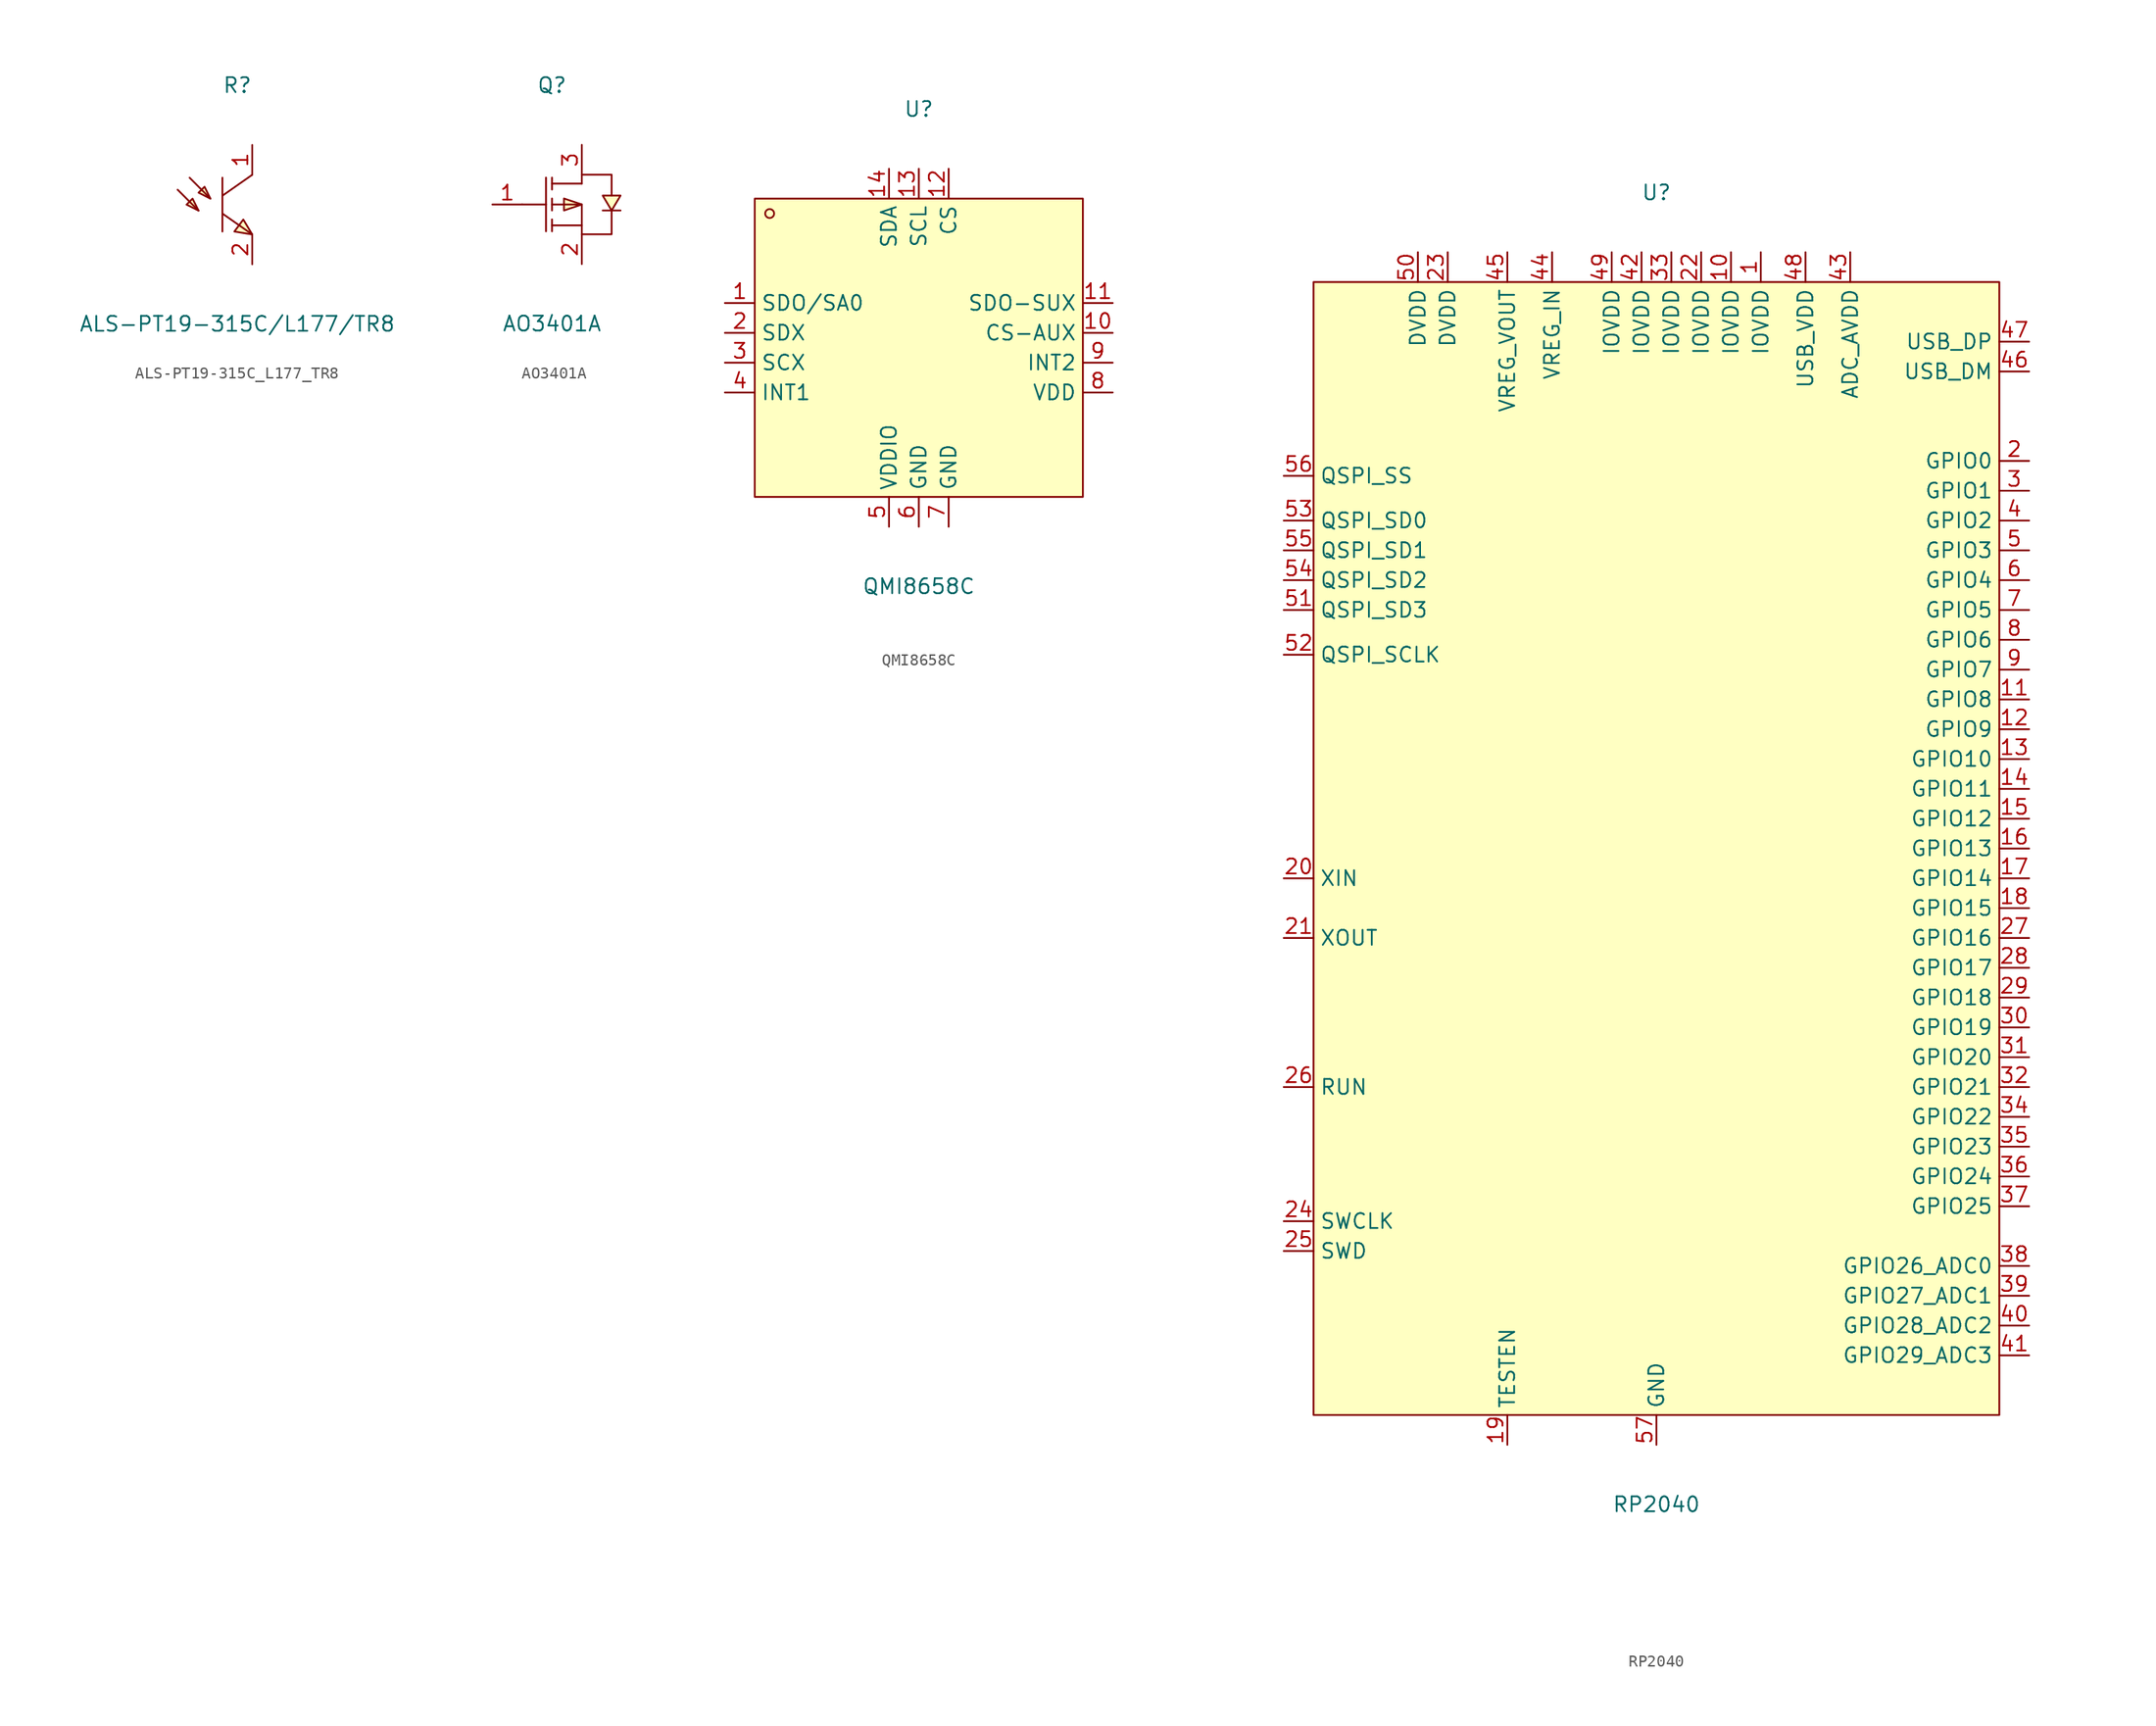
<source format=kicad_sym>
(kicad_symbol_lib
  (version 20220914)
  (generator kicad_symbol_editor)
  (symbol "ALS-PT19-315C_L177_TR8"
    (property "Reference" "R"
      (at 0 10.16 0)
      (effects (font (size 1.27 1.27))))
    (property "Value" "ALS-PT19-315C/L177/TR8"
      (at 0 -10.16 0)
      (effects (font (size 1.27 1.27))))
    (symbol "ALS-PT19-315C_L177_TR8_0_1"
      (polyline (pts (xy -5.08 1.27) (xy -3.3 -0.51)) (stroke (width 0) (type default)) (fill (type none)))
      (polyline (pts (xy -4.06 2.29) (xy -2.29 0.51)) (stroke (width 0) (type default)) (fill (type none)))
      (polyline (pts (xy -1.27 -0.76) (xy 1.27 -2.54)) (stroke (width 0) (type default)) (fill (type none)))
      (polyline (pts (xy -1.27 2.29) (xy -1.27 -2.29)) (stroke (width 0) (type default)) (fill (type none)))
      (polyline (pts (xy 1.27 2.54) (xy -1.27 0.76)) (stroke (width 0) (type default)) (fill (type none)))
      (polyline (pts (xy -3.3 -0.51) (xy -3.81 0.51) (xy -4.32 0) (xy -3.3 -0.51)) (stroke (width 0) (type default)) (fill (type background)))
      (polyline (pts (xy -2.29 0.51) (xy -2.79 1.52) (xy -3.3 1.02) (xy -2.29 0.51)) (stroke (width 0) (type default)) (fill (type background)))
      (polyline (pts (xy 1.27 -2.54) (xy 0.51 -1.27) (xy -0.25 -2.29) (xy 1.27 -2.54)) (stroke (width 0) (type default)) (fill (type background)))
      (pin input line (at 1.27 5.08 270) (length 2.54) (name "" (effects (font (size 1.27 1.27)))) (number "1" (effects (font (size 1.27 1.27)))))
      (pin input line (at 1.27 -5.08 90) (length 2.54) (name "" (effects (font (size 1.27 1.27)))) (number "2" (effects (font (size 1.27 1.27)))))))
  (symbol "AO3401A"
    (property "Reference" "Q"
      (at 0 10.16 0)
      (effects (font (size 1.27 1.27))))
    (property "Value" "AO3401A"
      (at 0 -10.16 0)
      (effects (font (size 1.27 1.27))))
    (symbol "AO3401A_0_1"
      (polyline (pts (xy -2.54 0) (xy -0.51 0)) (stroke (width 0) (type default)) (fill (type none)))
      (polyline (pts (xy -0.51 2.29) (xy -0.51 -2.29)) (stroke (width 0) (type default)) (fill (type none)))
      (polyline (pts (xy 0 -2.29) (xy 0 -1.27)) (stroke (width 0) (type default)) (fill (type none)))
      (polyline (pts (xy 0 -0.51) (xy 0 0.51)) (stroke (width 0) (type default)) (fill (type none)))
      (polyline (pts (xy 0 1.27) (xy 0 2.29)) (stroke (width 0) (type default)) (fill (type none)))
      (polyline (pts (xy 2.54 -1.78) (xy 0 -1.78)) (stroke (width 0) (type default)) (fill (type none)))
      (polyline (pts (xy 2.54 1.78) (xy 0 1.78)) (stroke (width 0) (type default)) (fill (type none)))
      (polyline (pts (xy 0 0) (xy 2.54 0) (xy 2.54 -2.54)) (stroke (width 0) (type default)) (fill (type none)))
      (polyline (pts (xy 2.54 -2.54) (xy 5.08 -2.54) (xy 5.08 -0.51)) (stroke (width 0) (type default)) (fill (type none)))
      (polyline (pts (xy 2.54 0) (xy 1.02 0.51) (xy 1.02 -0.51) (xy 2.54 0)) (stroke (width 0) (type default)) (fill (type background)))
      (polyline (pts (xy 2.54 1.78) (xy 2.54 2.54) (xy 5.08 2.54) (xy 5.08 0.76)) (stroke (width 0) (type default)) (fill (type none)))
      (polyline (pts (xy 5.08 -0.51) (xy 5.84 0.76) (xy 4.32 0.76) (xy 5.08 -0.51)) (stroke (width 0) (type default)) (fill (type background)))
      (polyline (pts (xy 5.84 -0.51) (xy 5.59 -0.51) (xy 4.57 -0.51) (xy 4.32 -0.51)) (stroke (width 0) (type default)) (fill (type none)))
      (pin passive line (at -5.08 0 0) (length 2.54) (name "" (effects (font (size 1.27 1.27)))) (number "1" (effects (font (size 1.27 1.27)))))
      (pin passive line (at 2.54 -5.08 90) (length 2.54) (name "" (effects (font (size 1.27 1.27)))) (number "2" (effects (font (size 1.27 1.27)))))
      (pin passive line (at 2.54 5.08 270) (length 2.54) (name "" (effects (font (size 1.27 1.27)))) (number "3" (effects (font (size 1.27 1.27)))))))
  (symbol "QMI8658C"
    (property "Reference" "U"
      (at 0 20.32 0)
      (effects (font (size 1.27 1.27))))
    (property "Value" "QMI8658C"
      (at 0 -20.32 0)
      (effects (font (size 1.27 1.27))))
    (symbol "QMI8658C_0_1"
      (rectangle (start -13.97 12.7) (end 13.97 -12.7) (stroke (width 0) (type default)) (fill (type background)))
      (circle (center -12.7 11.43) (radius 0.38) (stroke (width 0) (type default)) (fill (type none)))
      (pin bidirectional line (at -16.51 3.81 0) (length 2.54) (name "SDO/SA0" (effects (font (size 1.27 1.27)))) (number "1" (effects (font (size 1.27 1.27)))))
      (pin input line (at 16.51 1.27 180) (length 2.54) (name "CS-AUX" (effects (font (size 1.27 1.27)))) (number "10" (effects (font (size 1.27 1.27)))))
      (pin bidirectional line (at 16.51 3.81 180) (length 2.54) (name "SDO-SUX" (effects (font (size 1.27 1.27)))) (number "11" (effects (font (size 1.27 1.27)))))
      (pin input line (at 2.54 15.24 270) (length 2.54) (name "CS" (effects (font (size 1.27 1.27)))) (number "12" (effects (font (size 1.27 1.27)))))
      (pin bidirectional line (at 0 15.24 270) (length 2.54) (name "SCL" (effects (font (size 1.27 1.27)))) (number "13" (effects (font (size 1.27 1.27)))))
      (pin bidirectional line (at -2.54 15.24 270) (length 2.54) (name "SDA" (effects (font (size 1.27 1.27)))) (number "14" (effects (font (size 1.27 1.27)))))
      (pin bidirectional line (at -16.51 1.27 0) (length 2.54) (name "SDX" (effects (font (size 1.27 1.27)))) (number "2" (effects (font (size 1.27 1.27)))))
      (pin bidirectional line (at -16.51 -1.27 0) (length 2.54) (name "SCX" (effects (font (size 1.27 1.27)))) (number "3" (effects (font (size 1.27 1.27)))))
      (pin output line (at -16.51 -3.81 0) (length 2.54) (name "INT1" (effects (font (size 1.27 1.27)))) (number "4" (effects (font (size 1.27 1.27)))))
      (pin power_in line (at -2.54 -15.24 90) (length 2.54) (name "VDDIO" (effects (font (size 1.27 1.27)))) (number "5" (effects (font (size 1.27 1.27)))))
      (pin power_in line (at 0 -15.24 90) (length 2.54) (name "GND" (effects (font (size 1.27 1.27)))) (number "6" (effects (font (size 1.27 1.27)))))
      (pin power_in line (at 2.54 -15.24 90) (length 2.54) (name "GND" (effects (font (size 1.27 1.27)))) (number "7" (effects (font (size 1.27 1.27)))))
      (pin power_in line (at 16.51 -3.81 180) (length 2.54) (name "VDD" (effects (font (size 1.27 1.27)))) (number "8" (effects (font (size 1.27 1.27)))))
      (pin output line (at 16.51 -1.27 180) (length 2.54) (name "INT2" (effects (font (size 1.27 1.27)))) (number "9" (effects (font (size 1.27 1.27)))))))
  (symbol "RP2040"
    (property "Reference" "U"
      (at 0 58.42 0)
      (effects (font (size 1.27 1.27))))
    (property "Value" "RP2040"
      (at 0 -53.34 0)
      (effects (font (size 1.27 1.27))))
    (symbol "RP2040_0_1"
      (rectangle (start -29.21 50.8) (end 29.21 -45.72) (stroke (width 0) (type default)) (fill (type background)))
      (pin power_in line (at 8.89 53.34 270) (length 2.54) (name "IOVDD" (effects (font (size 1.27 1.27)))) (number "1" (effects (font (size 1.27 1.27)))))
      (pin power_in line (at 6.35 53.34 270) (length 2.54) (name "IOVDD" (effects (font (size 1.27 1.27)))) (number "10" (effects (font (size 1.27 1.27)))))
      (pin bidirectional line (at 31.75 15.24 180) (length 2.54) (name "GPIO8" (effects (font (size 1.27 1.27)))) (number "11" (effects (font (size 1.27 1.27)))))
      (pin bidirectional line (at 31.75 12.7 180) (length 2.54) (name "GPIO9" (effects (font (size 1.27 1.27)))) (number "12" (effects (font (size 1.27 1.27)))))
      (pin bidirectional line (at 31.75 10.16 180) (length 2.54) (name "GPIO10" (effects (font (size 1.27 1.27)))) (number "13" (effects (font (size 1.27 1.27)))))
      (pin bidirectional line (at 31.75 7.62 180) (length 2.54) (name "GPIO11" (effects (font (size 1.27 1.27)))) (number "14" (effects (font (size 1.27 1.27)))))
      (pin bidirectional line (at 31.75 5.08 180) (length 2.54) (name "GPIO12" (effects (font (size 1.27 1.27)))) (number "15" (effects (font (size 1.27 1.27)))))
      (pin bidirectional line (at 31.75 2.54 180) (length 2.54) (name "GPIO13" (effects (font (size 1.27 1.27)))) (number "16" (effects (font (size 1.27 1.27)))))
      (pin bidirectional line (at 31.75 0 180) (length 2.54) (name "GPIO14" (effects (font (size 1.27 1.27)))) (number "17" (effects (font (size 1.27 1.27)))))
      (pin bidirectional line (at 31.75 -2.54 180) (length 2.54) (name "GPIO15" (effects (font (size 1.27 1.27)))) (number "18" (effects (font (size 1.27 1.27)))))
      (pin input line (at -12.7 -48.26 90) (length 2.54) (name "TESTEN" (effects (font (size 1.27 1.27)))) (number "19" (effects (font (size 1.27 1.27)))))
      (pin bidirectional line (at 31.75 35.56 180) (length 2.54) (name "GPIO0" (effects (font (size 1.27 1.27)))) (number "2" (effects (font (size 1.27 1.27)))))
      (pin input line (at -31.75 0 0) (length 2.54) (name "XIN" (effects (font (size 1.27 1.27)))) (number "20" (effects (font (size 1.27 1.27)))))
      (pin output line (at -31.75 -5.08 0) (length 2.54) (name "XOUT" (effects (font (size 1.27 1.27)))) (number "21" (effects (font (size 1.27 1.27)))))
      (pin power_in line (at 3.81 53.34 270) (length 2.54) (name "IOVDD" (effects (font (size 1.27 1.27)))) (number "22" (effects (font (size 1.27 1.27)))))
      (pin power_in line (at -17.78 53.34 270) (length 2.54) (name "DVDD" (effects (font (size 1.27 1.27)))) (number "23" (effects (font (size 1.27 1.27)))))
      (pin output line (at -31.75 -29.21 0) (length 2.54) (name "SWCLK" (effects (font (size 1.27 1.27)))) (number "24" (effects (font (size 1.27 1.27)))))
      (pin bidirectional line (at -31.75 -31.75 0) (length 2.54) (name "SWD" (effects (font (size 1.27 1.27)))) (number "25" (effects (font (size 1.27 1.27)))))
      (pin input line (at -31.75 -17.78 0) (length 2.54) (name "RUN" (effects (font (size 1.27 1.27)))) (number "26" (effects (font (size 1.27 1.27)))))
      (pin bidirectional line (at 31.75 -5.08 180) (length 2.54) (name "GPIO16" (effects (font (size 1.27 1.27)))) (number "27" (effects (font (size 1.27 1.27)))))
      (pin bidirectional line (at 31.75 -7.62 180) (length 2.54) (name "GPIO17" (effects (font (size 1.27 1.27)))) (number "28" (effects (font (size 1.27 1.27)))))
      (pin bidirectional line (at 31.75 -10.16 180) (length 2.54) (name "GPIO18" (effects (font (size 1.27 1.27)))) (number "29" (effects (font (size 1.27 1.27)))))
      (pin bidirectional line (at 31.75 33.02 180) (length 2.54) (name "GPIO1" (effects (font (size 1.27 1.27)))) (number "3" (effects (font (size 1.27 1.27)))))
      (pin bidirectional line (at 31.75 -12.7 180) (length 2.54) (name "GPIO19" (effects (font (size 1.27 1.27)))) (number "30" (effects (font (size 1.27 1.27)))))
      (pin bidirectional line (at 31.75 -15.24 180) (length 2.54) (name "GPIO20" (effects (font (size 1.27 1.27)))) (number "31" (effects (font (size 1.27 1.27)))))
      (pin bidirectional line (at 31.75 -17.78 180) (length 2.54) (name "GPIO21" (effects (font (size 1.27 1.27)))) (number "32" (effects (font (size 1.27 1.27)))))
      (pin power_in line (at 1.27 53.34 270) (length 2.54) (name "IOVDD" (effects (font (size 1.27 1.27)))) (number "33" (effects (font (size 1.27 1.27)))))
      (pin bidirectional line (at 31.75 -20.32 180) (length 2.54) (name "GPIO22" (effects (font (size 1.27 1.27)))) (number "34" (effects (font (size 1.27 1.27)))))
      (pin bidirectional line (at 31.75 -22.86 180) (length 2.54) (name "GPIO23" (effects (font (size 1.27 1.27)))) (number "35" (effects (font (size 1.27 1.27)))))
      (pin bidirectional line (at 31.75 -25.4 180) (length 2.54) (name "GPIO24" (effects (font (size 1.27 1.27)))) (number "36" (effects (font (size 1.27 1.27)))))
      (pin bidirectional line (at 31.75 -27.94 180) (length 2.54) (name "GPIO25" (effects (font (size 1.27 1.27)))) (number "37" (effects (font (size 1.27 1.27)))))
      (pin bidirectional line (at 31.75 -33.02 180) (length 2.54) (name "GPIO26_ADC0" (effects (font (size 1.27 1.27)))) (number "38" (effects (font (size 1.27 1.27)))))
      (pin bidirectional line (at 31.75 -35.56 180) (length 2.54) (name "GPIO27_ADC1" (effects (font (size 1.27 1.27)))) (number "39" (effects (font (size 1.27 1.27)))))
      (pin bidirectional line (at 31.75 30.48 180) (length 2.54) (name "GPIO2" (effects (font (size 1.27 1.27)))) (number "4" (effects (font (size 1.27 1.27)))))
      (pin bidirectional line (at 31.75 -38.1 180) (length 2.54) (name "GPIO28_ADC2" (effects (font (size 1.27 1.27)))) (number "40" (effects (font (size 1.27 1.27)))))
      (pin bidirectional line (at 31.75 -40.64 180) (length 2.54) (name "GPIO29_ADC3" (effects (font (size 1.27 1.27)))) (number "41" (effects (font (size 1.27 1.27)))))
      (pin power_in line (at -1.27 53.34 270) (length 2.54) (name "IOVDD" (effects (font (size 1.27 1.27)))) (number "42" (effects (font (size 1.27 1.27)))))
      (pin power_in line (at 16.51 53.34 270) (length 2.54) (name "ADC_AVDD" (effects (font (size 1.27 1.27)))) (number "43" (effects (font (size 1.27 1.27)))))
      (pin power_in line (at -8.89 53.34 270) (length 2.54) (name "VREG_IN" (effects (font (size 1.27 1.27)))) (number "44" (effects (font (size 1.27 1.27)))))
      (pin power_out line (at -12.7 53.34 270) (length 2.54) (name "VREG_VOUT" (effects (font (size 1.27 1.27)))) (number "45" (effects (font (size 1.27 1.27)))))
      (pin bidirectional line (at 31.75 43.18 180) (length 2.54) (name "USB_DM" (effects (font (size 1.27 1.27)))) (number "46" (effects (font (size 1.27 1.27)))))
      (pin bidirectional line (at 31.75 45.72 180) (length 2.54) (name "USB_DP" (effects (font (size 1.27 1.27)))) (number "47" (effects (font (size 1.27 1.27)))))
      (pin power_in line (at 12.7 53.34 270) (length 2.54) (name "USB_VDD" (effects (font (size 1.27 1.27)))) (number "48" (effects (font (size 1.27 1.27)))))
      (pin power_in line (at -3.81 53.34 270) (length 2.54) (name "IOVDD" (effects (font (size 1.27 1.27)))) (number "49" (effects (font (size 1.27 1.27)))))
      (pin bidirectional line (at 31.75 27.94 180) (length 2.54) (name "GPIO3" (effects (font (size 1.27 1.27)))) (number "5" (effects (font (size 1.27 1.27)))))
      (pin power_in line (at -20.32 53.34 270) (length 2.54) (name "DVDD" (effects (font (size 1.27 1.27)))) (number "50" (effects (font (size 1.27 1.27)))))
      (pin bidirectional line (at -31.75 22.86 0) (length 2.54) (name "QSPI_SD3" (effects (font (size 1.27 1.27)))) (number "51" (effects (font (size 1.27 1.27)))))
      (pin output line (at -31.75 19.05 0) (length 2.54) (name "QSPI_SCLK" (effects (font (size 1.27 1.27)))) (number "52" (effects (font (size 1.27 1.27)))))
      (pin bidirectional line (at -31.75 30.48 0) (length 2.54) (name "QSPI_SD0" (effects (font (size 1.27 1.27)))) (number "53" (effects (font (size 1.27 1.27)))))
      (pin bidirectional line (at -31.75 25.4 0) (length 2.54) (name "QSPI_SD2" (effects (font (size 1.27 1.27)))) (number "54" (effects (font (size 1.27 1.27)))))
      (pin bidirectional line (at -31.75 27.94 0) (length 2.54) (name "QSPI_SD1" (effects (font (size 1.27 1.27)))) (number "55" (effects (font (size 1.27 1.27)))))
      (pin bidirectional line (at -31.75 34.29 0) (length 2.54) (name "QSPI_SS" (effects (font (size 1.27 1.27)))) (number "56" (effects (font (size 1.27 1.27)))))
      (pin power_in line (at 0 -48.26 90) (length 2.54) (name "GND" (effects (font (size 1.27 1.27)))) (number "57" (effects (font (size 1.27 1.27)))))
      (pin bidirectional line (at 31.75 25.4 180) (length 2.54) (name "GPIO4" (effects (font (size 1.27 1.27)))) (number "6" (effects (font (size 1.27 1.27)))))
      (pin bidirectional line (at 31.75 22.86 180) (length 2.54) (name "GPIO5" (effects (font (size 1.27 1.27)))) (number "7" (effects (font (size 1.27 1.27)))))
      (pin bidirectional line (at 31.75 20.32 180) (length 2.54) (name "GPIO6" (effects (font (size 1.27 1.27)))) (number "8" (effects (font (size 1.27 1.27)))))
      (pin bidirectional line (at 31.75 17.78 180) (length 2.54) (name "GPIO7" (effects (font (size 1.27 1.27)))) (number "9" (effects (font (size 1.27 1.27))))))))
</source>
